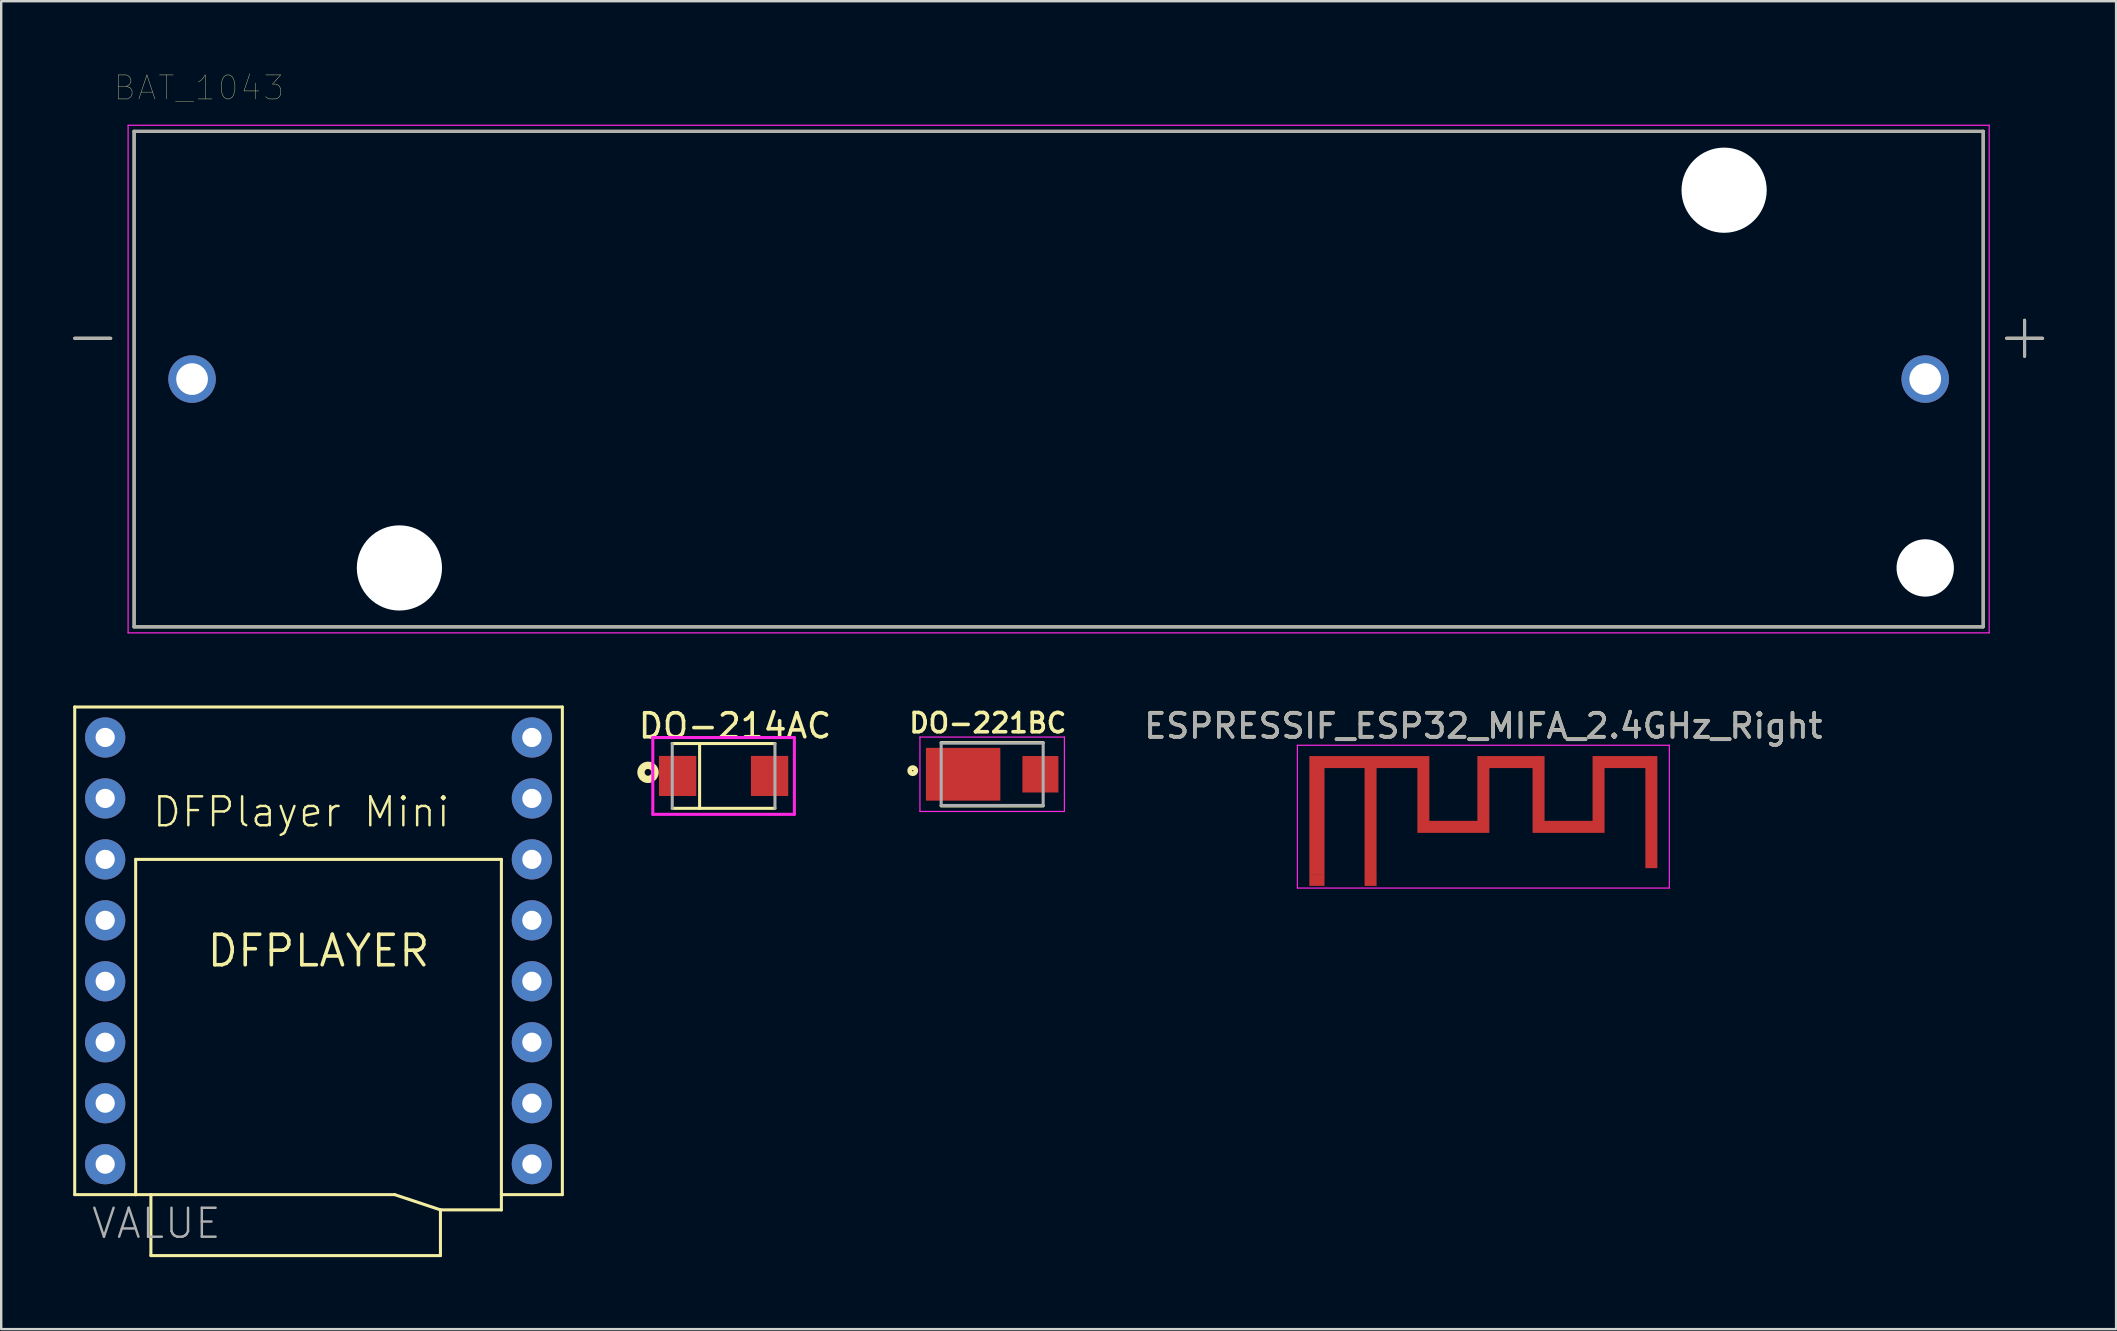
<source format=kicad_pcb>
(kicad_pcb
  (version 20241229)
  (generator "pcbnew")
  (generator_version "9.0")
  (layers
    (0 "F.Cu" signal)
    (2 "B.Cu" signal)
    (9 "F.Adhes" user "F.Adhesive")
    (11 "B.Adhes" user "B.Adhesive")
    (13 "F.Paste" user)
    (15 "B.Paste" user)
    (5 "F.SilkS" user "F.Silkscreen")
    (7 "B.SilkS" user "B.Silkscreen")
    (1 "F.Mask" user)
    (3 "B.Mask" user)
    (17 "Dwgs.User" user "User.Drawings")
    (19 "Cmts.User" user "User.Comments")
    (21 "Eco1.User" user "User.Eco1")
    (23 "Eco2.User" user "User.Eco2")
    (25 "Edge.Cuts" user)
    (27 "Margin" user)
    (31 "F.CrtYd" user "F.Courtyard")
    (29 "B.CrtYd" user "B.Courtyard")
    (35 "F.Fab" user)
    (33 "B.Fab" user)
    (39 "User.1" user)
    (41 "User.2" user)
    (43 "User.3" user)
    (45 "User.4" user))
  (footprint "DFPLAYER"
    (layer "F.Cu")
    (at 10.223 36.57)
    (property "Reference" "DFPLAYER" (at 0 0 0) (layer "F.SilkS") (effects (font (size 1.27 1.27) (thickness 0.15))))
    (attr through_hole)
    (fp_line (start -10.16 -10.16) (end 10.16 -10.16) (stroke (width 0.127) (type solid)) (layer "F.SilkS"))
    (fp_line (start -10.16 10.16) (end -10.16 -10.16) (stroke (width 0.127) (type solid)) (layer "F.SilkS"))
    (fp_line (start -7.62 -3.81) (end -7.62 10.16) (stroke (width 0.127) (type solid)) (layer "F.SilkS"))
    (fp_line (start -7.62 10.16) (end -10.16 10.16) (stroke (width 0.127) (type solid)) (layer "F.SilkS"))
    (fp_line (start -6.985 10.16) (end -7.62 10.16) (stroke (width 0.127) (type solid)) (layer "F.SilkS"))
    (fp_line (start -6.985 10.16) (end -6.985 12.7) (stroke (width 0.127) (type solid)) (layer "F.SilkS"))
    (fp_line (start -6.985 12.7) (end 5.08 12.7) (stroke (width 0.127) (type solid)) (layer "F.SilkS"))
    (fp_line (start 3.175 10.16) (end -6.985 10.16) (stroke (width 0.127) (type solid)) (layer "F.SilkS"))
    (fp_line (start 5.08 10.795) (end 3.175 10.16) (stroke (width 0.127) (type solid)) (layer "F.SilkS"))
    (fp_line (start 5.08 12.7) (end 5.08 10.795) (stroke (width 0.127) (type solid)) (layer "F.SilkS"))
    (fp_line (start 7.62 -3.81) (end -7.62 -3.81) (stroke (width 0.127) (type solid)) (layer "F.SilkS"))
    (fp_line (start 7.62 10.16) (end 7.62 -3.81) (stroke (width 0.127) (type solid)) (layer "F.SilkS"))
    (fp_line (start 7.62 10.16) (end 7.62 10.795) (stroke (width 0.127) (type solid)) (layer "F.SilkS"))
    (fp_line (start 7.62 10.16) (end 10.16 10.16) (stroke (width 0.127) (type solid)) (layer "F.SilkS"))
    (fp_line (start 7.62 10.795) (end 5.08 10.795) (stroke (width 0.127) (type solid)) (layer "F.SilkS"))
    (fp_line (start 10.16 -10.16) (end 10.16 10.16) (stroke (width 0.127) (type solid)) (layer "F.SilkS"))
    (fp_text user "DFPlayer Mini" (at -6.985 -5.08 0) (layer "F.SilkS") (effects (font (size 1.206 1.206) (thickness 0.102)) (justify left bottom)))
    (fp_text user "VALUE" (at -9.525 12.065 0) (layer "F.Fab") (effects (font (size 1.206 1.206) (thickness 0.102)) (justify left bottom)))
    (pad "1" thru_hole circle (at -8.89 -8.89) (size 1.676 1.676) (drill 0.8) (layers "*.Cu" "*.Mask"))
    (pad "2" thru_hole circle (at -8.89 -6.35) (size 1.676 1.676) (drill 0.8) (layers "*.Cu" "*.Mask"))
    (pad "3" thru_hole circle (at -8.89 -3.81) (size 1.676 1.676) (drill 0.8) (layers "*.Cu" "*.Mask"))
    (pad "4" thru_hole circle (at -8.89 -1.27) (size 1.676 1.676) (drill 0.8) (layers "*.Cu" "*.Mask"))
    (pad "5" thru_hole circle (at -8.89 1.27) (size 1.676 1.676) (drill 0.8) (layers "*.Cu" "*.Mask"))
    (pad "6" thru_hole circle (at -8.89 3.81) (size 1.676 1.676) (drill 0.8) (layers "*.Cu" "*.Mask"))
    (pad "7" thru_hole circle (at -8.89 6.35) (size 1.676 1.676) (drill 0.8) (layers "*.Cu" "*.Mask"))
    (pad "8" thru_hole circle (at -8.89 8.89) (size 1.676 1.676) (drill 0.8) (layers "*.Cu" "*.Mask"))
    (pad "9" thru_hole circle (at 8.89 8.89) (size 1.676 1.676) (drill 0.8) (layers "*.Cu" "*.Mask"))
    (pad "10" thru_hole circle (at 8.89 6.35) (size 1.676 1.676) (drill 0.8) (layers "*.Cu" "*.Mask"))
    (pad "11" thru_hole circle (at 8.89 3.81) (size 1.676 1.676) (drill 0.8) (layers "*.Cu" "*.Mask"))
    (pad "12" thru_hole circle (at 8.89 1.27) (size 1.676 1.676) (drill 0.8) (layers "*.Cu" "*.Mask"))
    (pad "13" thru_hole circle (at 8.89 -1.27) (size 1.676 1.676) (drill 0.8) (layers "*.Cu" "*.Mask"))
    (pad "14" thru_hole circle (at 8.89 -3.81) (size 1.676 1.676) (drill 0.8) (layers "*.Cu" "*.Mask"))
    (pad "15" thru_hole circle (at 8.89 -6.35) (size 1.676 1.676) (drill 0.8) (layers "*.Cu" "*.Mask"))
    (pad "16" thru_hole circle (at 8.89 -8.89) (size 1.676 1.676) (drill 0.8) (layers "*.Cu" "*.Mask")))
  (footprint "DO-214AC"
    (layer "F.Cu")
    (at 27.102 29.283)
    (property "Reference" "DO-214AC" (at 0.476 -2.088 0) (layer "F.SilkS") (effects (font (size 1.001 1.001) (thickness 0.15))))
    (attr through_hole)
    (fp_line (start -1 -1.35) (end -2.14 -1.35) (stroke (width 0.127) (type solid)) (layer "F.SilkS"))
    (fp_line (start -1 -1.35) (end -1 1.35) (stroke (width 0.127) (type solid)) (layer "F.SilkS"))
    (fp_line (start -1 1.35) (end -2.14 1.35) (stroke (width 0.127) (type solid)) (layer "F.SilkS"))
    (fp_line (start -1 1.35) (end 2.14 1.35) (stroke (width 0.127) (type solid)) (layer "F.SilkS"))
    (fp_line (start 2.14 -1.35) (end -1 -1.35) (stroke (width 0.127) (type solid)) (layer "F.SilkS"))
    (fp_circle (center -3.15 -0.15) (end -3.009 -0.15) (stroke (width 0.305) (type solid)) (fill no) (layer "F.SilkS"))
    (fp_line (start -2.95 -1.6) (end 2.95 -1.6) (stroke (width 0.127) (type solid)) (layer "F.CrtYd"))
    (fp_line (start -2.95 1.6) (end -2.95 -1.6) (stroke (width 0.127) (type solid)) (layer "F.CrtYd"))
    (fp_line (start 2.95 -1.6) (end 2.95 1.6) (stroke (width 0.127) (type solid)) (layer "F.CrtYd"))
    (fp_line (start 2.95 1.6) (end -2.95 1.6) (stroke (width 0.127) (type solid)) (layer "F.CrtYd"))
    (fp_line (start -2.14 -1.35) (end -2.14 1.35) (stroke (width 0.127) (type solid)) (layer "F.Fab"))
    (fp_line (start 2.14 1.35) (end 2.14 -1.35) (stroke (width 0.127) (type solid)) (layer "F.Fab"))
    (pad "1" smd rect (at -1.915 0 180) (size 1.555 1.67) (layers "F.Cu" "F.Mask" "F.Paste"))
    (pad "2" smd rect (at 1.915 0 180) (size 1.555 1.67) (layers "F.Cu" "F.Mask" "F.Paste")))
  (footprint "DO-221BC"
    (layer "F.Cu")
    (at 38.293 29.213)
    (property "Reference" "DO-221BC" (at -0.18 -2.136 0) (layer "F.SilkS") (effects (font (size 0.801 0.801) (thickness 0.15))))
    (attr smd)
    (fp_line (start -2.125 -1.32) (end 2.125 -1.32) (stroke (width 0.127) (type solid)) (layer "F.SilkS"))
    (fp_line (start -2.125 1.32) (end 2.125 1.32) (stroke (width 0.127) (type solid)) (layer "F.SilkS"))
    (fp_circle (center -3.31 -0.15) (end -3.183 -0.15) (stroke (width 0.2) (type solid)) (fill no) (layer "F.SilkS"))
    (fp_line (start -3.01 -1.55) (end 3.01 -1.55) (stroke (width 0.05) (type solid)) (layer "F.CrtYd"))
    (fp_line (start -3.01 1.55) (end -3.01 -1.55) (stroke (width 0.05) (type solid)) (layer "F.CrtYd"))
    (fp_line (start 3.01 -1.55) (end 3.01 1.55) (stroke (width 0.05) (type solid)) (layer "F.CrtYd"))
    (fp_line (start 3.01 1.55) (end -3.01 1.55) (stroke (width 0.05) (type solid)) (layer "F.CrtYd"))
    (fp_line (start -2.125 -1.3) (end 2.125 -1.3) (stroke (width 0.127) (type solid)) (layer "F.Fab"))
    (fp_line (start -2.125 1.3) (end -2.125 -1.3) (stroke (width 0.127) (type solid)) (layer "F.Fab"))
    (fp_line (start 2.125 -1.3) (end 2.125 1.3) (stroke (width 0.127) (type solid)) (layer "F.Fab"))
    (fp_line (start 2.125 1.3) (end -2.125 1.3) (stroke (width 0.127) (type solid)) (layer "F.Fab"))
    (pad "A" smd rect (at 2.01 0) (size 1.5 1.52) (layers "F.Cu" "F.Mask" "F.Paste"))
    (pad "C" smd rect (at -1.21 0) (size 3.1 2.2) (layers "F.Cu" "F.Mask" "F.Paste")))
  (footprint "BAT_1043"
    (layer "F.Cu")
    (at 41.063 12.746)
    (property "Reference" "BAT_1043" (at -35.825 -12.135 0) (layer "F.SilkS") (effects (font (size 1 1) (thickness 0.015))))
    (attr through_hole)
    (fp_line (start -39.5 -1.7) (end -41 -1.7) (stroke (width 0.127) (type solid)) (layer "F.SilkS"))
    (fp_line (start -38.525 -10.325) (end -38.525 10.325) (stroke (width 0.127) (type solid)) (layer "F.SilkS"))
    (fp_line (start -38.525 10.325) (end 38.525 10.325) (stroke (width 0.127) (type solid)) (layer "F.SilkS"))
    (fp_line (start 38.525 -10.325) (end -38.525 -10.325) (stroke (width 0.127) (type solid)) (layer "F.SilkS"))
    (fp_line (start 38.525 10.325) (end 38.525 -10.325) (stroke (width 0.127) (type solid)) (layer "F.SilkS"))
    (fp_line (start 39.5 -1.7) (end 41 -1.7) (stroke (width 0.127) (type solid)) (layer "F.SilkS"))
    (fp_line (start 40.25 -0.95) (end 40.25 -2.45) (stroke (width 0.127) (type solid)) (layer "F.SilkS"))
    (fp_line (start -38.775 -10.575) (end -38.775 10.575) (stroke (width 0.05) (type solid)) (layer "F.CrtYd"))
    (fp_line (start -38.775 10.575) (end 38.775 10.575) (stroke (width 0.05) (type solid)) (layer "F.CrtYd"))
    (fp_line (start 38.775 -10.575) (end -38.775 -10.575) (stroke (width 0.05) (type solid)) (layer "F.CrtYd"))
    (fp_line (start 38.775 10.575) (end 38.775 -10.575) (stroke (width 0.05) (type solid)) (layer "F.CrtYd"))
    (fp_line (start -39.5 -1.7) (end -41 -1.7) (stroke (width 0.127) (type solid)) (layer "F.Fab"))
    (fp_line (start -38.525 -10.325) (end -38.525 10.325) (stroke (width 0.127) (type solid)) (layer "F.Fab"))
    (fp_line (start -38.525 10.325) (end 38.525 10.325) (stroke (width 0.127) (type solid)) (layer "F.Fab"))
    (fp_line (start 38.525 -10.325) (end -38.525 -10.325) (stroke (width 0.127) (type solid)) (layer "F.Fab"))
    (fp_line (start 38.525 10.325) (end 38.525 -10.325) (stroke (width 0.127) (type solid)) (layer "F.Fab"))
    (fp_line (start 39.5 -1.7) (end 41 -1.7) (stroke (width 0.127) (type solid)) (layer "F.Fab"))
    (fp_line (start 40.25 -0.95) (end 40.25 -2.45) (stroke (width 0.127) (type solid)) (layer "F.Fab"))
    (pad "" np_thru_hole circle (at -27.47 7.87) (size 3.55 3.55) (drill 3.55) (layers "*.Cu" "*.Mask"))
    (pad "" np_thru_hole circle (at 27.73 -7.87) (size 3.55 3.55) (drill 3.55) (layers "*.Cu" "*.Mask"))
    (pad "" np_thru_hole circle (at 36.11 7.87) (size 2.39 2.39) (drill 2.39) (layers "*.Cu" "*.Mask"))
    (pad "N" thru_hole circle (at -36.11 0) (size 1.98 1.98) (drill 1.32) (layers "*.Cu" "*.Mask"))
    (pad "P" thru_hole circle (at 36.11 0) (size 1.98 1.98) (drill 1.32) (layers "*.Cu" "*.Mask")))
  (footprint "ESPRESSIF_ESP32_MIFA_2.4GHz_Right"
    (layer "F.Cu")
    (at 54.211 33.605)
    (property "Reference" "ESPRESSIF_ESP32_MIFA_2.4GHz_Right" (at 4.55 -6.41 0) (layer "F.SilkS") (effects (font (size 1 1) (thickness 0.15))))
    (attr exclude_from_pos_files exclude_from_bom)
    (fp_poly (pts (xy 2.3 -2.45) (xy 4.3 -2.45) (xy 4.3 -5.15) (xy 7.1 -5.15) (xy 7.1 -2.45) (xy 9.1 -2.45) (xy 9.1 -5.15) (xy 11.8 -5.15) (xy 11.8 -0.48) (xy 11.3 -0.48) (xy 11.3 -4.65) (xy 9.6 -4.65) (xy 9.6 -1.95) (xy 6.6 -1.95) (xy 6.6 -4.65) (xy 4.8 -4.65) (xy 4.8 -1.95) (xy 1.8 -1.95) (xy 1.8 -4.65) (xy 0.1 -4.65) (xy 0.1 -0.21) (xy -0.4 -0.21) (xy -0.4 -4.65) (xy -2.07 -4.65) (xy -2.07 -0.22) (xy -2.7 -0.222) (xy -2.7 -5.15) (xy 2.3 -5.15) (xy 2.3 -2.51)) (stroke (width 0) (type solid)) (fill yes) (layer "F.Cu"))
    (fp_line (start -3.2 -5.6) (end 12.3 -5.6) (stroke (width 0.05) (type solid)) (layer "F.CrtYd"))
    (fp_line (start -3.2 0.35) (end -3.2 -5.6) (stroke (width 0.05) (type solid)) (layer "F.CrtYd"))
    (fp_line (start 12.3 -5.6) (end 12.3 0.35) (stroke (width 0.05) (type solid)) (layer "F.CrtYd"))
    (fp_line (start 12.3 0.35) (end -3.2 0.35) (stroke (width 0.05) (type solid)) (layer "F.CrtYd"))
    (fp_text user "${REFERENCE}" (at 4.55 -6.4 0) (layer "F.Fab") (effects (font (size 1 1) (thickness 0.15))))
    (pad "1" connect rect (at -0.15 0.01) (size 0.5 0.5) (layers "F.Cu"))
    (pad "2" smd rect (at -2.385 0.015) (size 0.63 0.49) (layers "F.Cu" "F.Mask")))
  (gr_rect
    (start -3 -3)
    (end 85.127 52.333)
    (stroke (width 0.1) (type default))
    (fill no)
    (layer "Edge.Cuts")))
</source>
